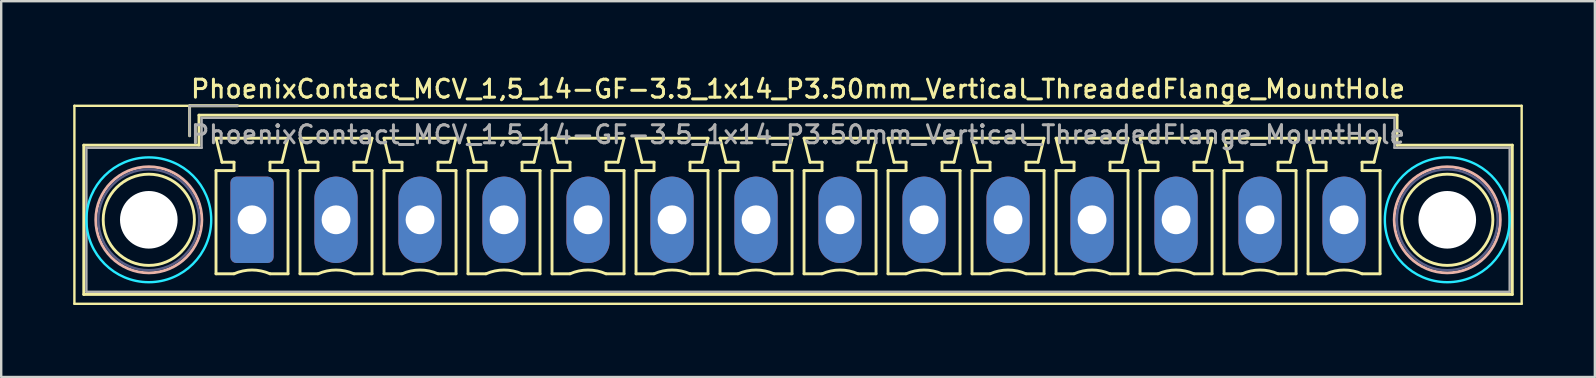
<source format=kicad_pcb>
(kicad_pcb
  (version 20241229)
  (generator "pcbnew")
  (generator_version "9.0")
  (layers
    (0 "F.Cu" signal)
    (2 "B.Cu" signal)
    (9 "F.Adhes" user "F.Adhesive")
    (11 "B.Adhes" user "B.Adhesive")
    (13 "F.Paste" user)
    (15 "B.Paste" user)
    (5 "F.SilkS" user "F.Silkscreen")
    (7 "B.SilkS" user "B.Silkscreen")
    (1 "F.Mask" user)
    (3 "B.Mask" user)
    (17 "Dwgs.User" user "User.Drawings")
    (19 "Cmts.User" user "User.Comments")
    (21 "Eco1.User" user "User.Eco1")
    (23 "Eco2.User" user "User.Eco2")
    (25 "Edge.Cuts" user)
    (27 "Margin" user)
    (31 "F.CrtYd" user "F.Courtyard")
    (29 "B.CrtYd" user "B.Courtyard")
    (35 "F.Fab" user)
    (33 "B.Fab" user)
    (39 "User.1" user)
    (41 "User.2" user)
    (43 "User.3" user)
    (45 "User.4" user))
  (footprint "PhoenixContact_MCV_1,5_14-GF-3.5_1x14_P3.50mm_Vertical_ThreadedFlange_MountHole"
    (layer "F.Cu")
    (at 7.45 6.108)
    (property "Reference" "PhoenixContact_MCV_1,5_14-GF-3.5_1x14_P3.50mm_Vertical_ThreadedFlange_MountHole" (at 22.75 -5.45 0) (layer "F.SilkS") (effects (font (size 0.75 0.75) (thickness 0.125))))
    (attr through_hole)
    (fp_line (start -7.4 -4.75) (end -7.4 3.5) (stroke (width 0.1) (type solid)) (layer "F.SilkS"))
    (fp_line (start -7.4 3.5) (end 52.9 3.5) (stroke (width 0.1) (type solid)) (layer "F.SilkS"))
    (fp_line (start -7.01 -3.11) (end -7.01 3.11) (stroke (width 0.12) (type solid)) (layer "F.SilkS"))
    (fp_line (start -7.01 3.11) (end 52.51 3.11) (stroke (width 0.12) (type solid)) (layer "F.SilkS"))
    (fp_line (start -2.6 -4.75) (end -0.6 -4.75) (stroke (width 0.12) (type solid)) (layer "F.SilkS"))
    (fp_line (start -2.6 -3.5) (end -2.6 -4.75) (stroke (width 0.12) (type solid)) (layer "F.SilkS"))
    (fp_line (start -2.21 -4.36) (end -2.21 -3.11) (stroke (width 0.12) (type solid)) (layer "F.SilkS"))
    (fp_line (start -2.21 -3.11) (end -7.01 -3.11) (stroke (width 0.12) (type solid)) (layer "F.SilkS"))
    (fp_line (start -1.5 -3.4) (end 1.5 -3.4) (stroke (width 0.12) (type solid)) (layer "F.SilkS"))
    (fp_line (start -1.5 -2.05) (end -0.75 -2.05) (stroke (width 0.12) (type solid)) (layer "F.SilkS"))
    (fp_line (start -1.5 2.25) (end -1.5 -2.05) (stroke (width 0.12) (type solid)) (layer "F.SilkS"))
    (fp_line (start -1.25 -2.4) (end -1.5 -3.4) (stroke (width 0.12) (type solid)) (layer "F.SilkS"))
    (fp_line (start -0.75 -2.4) (end -1.25 -2.4) (stroke (width 0.12) (type solid)) (layer "F.SilkS"))
    (fp_line (start -0.75 -2.05) (end -0.75 -2.4) (stroke (width 0.12) (type solid)) (layer "F.SilkS"))
    (fp_line (start -0.75 2.25) (end -1.5 2.25) (stroke (width 0.12) (type solid)) (layer "F.SilkS"))
    (fp_line (start 0.75 -2.4) (end 0.75 -2.05) (stroke (width 0.12) (type solid)) (layer "F.SilkS"))
    (fp_line (start 0.75 -2.05) (end 1.5 -2.05) (stroke (width 0.12) (type solid)) (layer "F.SilkS"))
    (fp_line (start 1.25 -2.4) (end 0.75 -2.4) (stroke (width 0.12) (type solid)) (layer "F.SilkS"))
    (fp_line (start 1.5 -3.4) (end 1.25 -2.4) (stroke (width 0.12) (type solid)) (layer "F.SilkS"))
    (fp_line (start 1.5 -2.05) (end 1.5 2.25) (stroke (width 0.12) (type solid)) (layer "F.SilkS"))
    (fp_line (start 1.5 2.25) (end 0.75 2.25) (stroke (width 0.12) (type solid)) (layer "F.SilkS"))
    (fp_line (start 2 -3.4) (end 5 -3.4) (stroke (width 0.12) (type solid)) (layer "F.SilkS"))
    (fp_line (start 2 -2.05) (end 2.75 -2.05) (stroke (width 0.12) (type solid)) (layer "F.SilkS"))
    (fp_line (start 2 2.25) (end 2 -2.05) (stroke (width 0.12) (type solid)) (layer "F.SilkS"))
    (fp_line (start 2.25 -2.4) (end 2 -3.4) (stroke (width 0.12) (type solid)) (layer "F.SilkS"))
    (fp_line (start 2.75 -2.4) (end 2.25 -2.4) (stroke (width 0.12) (type solid)) (layer "F.SilkS"))
    (fp_line (start 2.75 -2.05) (end 2.75 -2.4) (stroke (width 0.12) (type solid)) (layer "F.SilkS"))
    (fp_line (start 2.75 2.25) (end 2 2.25) (stroke (width 0.12) (type solid)) (layer "F.SilkS"))
    (fp_line (start 4.25 -2.4) (end 4.25 -2.05) (stroke (width 0.12) (type solid)) (layer "F.SilkS"))
    (fp_line (start 4.25 -2.05) (end 5 -2.05) (stroke (width 0.12) (type solid)) (layer "F.SilkS"))
    (fp_line (start 4.75 -2.4) (end 4.25 -2.4) (stroke (width 0.12) (type solid)) (layer "F.SilkS"))
    (fp_line (start 5 -3.4) (end 4.75 -2.4) (stroke (width 0.12) (type solid)) (layer "F.SilkS"))
    (fp_line (start 5 -2.05) (end 5 2.25) (stroke (width 0.12) (type solid)) (layer "F.SilkS"))
    (fp_line (start 5 2.25) (end 4.25 2.25) (stroke (width 0.12) (type solid)) (layer "F.SilkS"))
    (fp_line (start 5.5 -3.4) (end 8.5 -3.4) (stroke (width 0.12) (type solid)) (layer "F.SilkS"))
    (fp_line (start 5.5 -2.05) (end 6.25 -2.05) (stroke (width 0.12) (type solid)) (layer "F.SilkS"))
    (fp_line (start 5.5 2.25) (end 5.5 -2.05) (stroke (width 0.12) (type solid)) (layer "F.SilkS"))
    (fp_line (start 5.75 -2.4) (end 5.5 -3.4) (stroke (width 0.12) (type solid)) (layer "F.SilkS"))
    (fp_line (start 6.25 -2.4) (end 5.75 -2.4) (stroke (width 0.12) (type solid)) (layer "F.SilkS"))
    (fp_line (start 6.25 -2.05) (end 6.25 -2.4) (stroke (width 0.12) (type solid)) (layer "F.SilkS"))
    (fp_line (start 6.25 2.25) (end 5.5 2.25) (stroke (width 0.12) (type solid)) (layer "F.SilkS"))
    (fp_line (start 7.75 -2.4) (end 7.75 -2.05) (stroke (width 0.12) (type solid)) (layer "F.SilkS"))
    (fp_line (start 7.75 -2.05) (end 8.5 -2.05) (stroke (width 0.12) (type solid)) (layer "F.SilkS"))
    (fp_line (start 8.25 -2.4) (end 7.75 -2.4) (stroke (width 0.12) (type solid)) (layer "F.SilkS"))
    (fp_line (start 8.5 -3.4) (end 8.25 -2.4) (stroke (width 0.12) (type solid)) (layer "F.SilkS"))
    (fp_line (start 8.5 -2.05) (end 8.5 2.25) (stroke (width 0.12) (type solid)) (layer "F.SilkS"))
    (fp_line (start 8.5 2.25) (end 7.75 2.25) (stroke (width 0.12) (type solid)) (layer "F.SilkS"))
    (fp_line (start 9 -3.4) (end 12 -3.4) (stroke (width 0.12) (type solid)) (layer "F.SilkS"))
    (fp_line (start 9 -2.05) (end 9.75 -2.05) (stroke (width 0.12) (type solid)) (layer "F.SilkS"))
    (fp_line (start 9 2.25) (end 9 -2.05) (stroke (width 0.12) (type solid)) (layer "F.SilkS"))
    (fp_line (start 9.25 -2.4) (end 9 -3.4) (stroke (width 0.12) (type solid)) (layer "F.SilkS"))
    (fp_line (start 9.75 -2.4) (end 9.25 -2.4) (stroke (width 0.12) (type solid)) (layer "F.SilkS"))
    (fp_line (start 9.75 -2.05) (end 9.75 -2.4) (stroke (width 0.12) (type solid)) (layer "F.SilkS"))
    (fp_line (start 9.75 2.25) (end 9 2.25) (stroke (width 0.12) (type solid)) (layer "F.SilkS"))
    (fp_line (start 11.25 -2.4) (end 11.25 -2.05) (stroke (width 0.12) (type solid)) (layer "F.SilkS"))
    (fp_line (start 11.25 -2.05) (end 12 -2.05) (stroke (width 0.12) (type solid)) (layer "F.SilkS"))
    (fp_line (start 11.75 -2.4) (end 11.25 -2.4) (stroke (width 0.12) (type solid)) (layer "F.SilkS"))
    (fp_line (start 12 -3.4) (end 11.75 -2.4) (stroke (width 0.12) (type solid)) (layer "F.SilkS"))
    (fp_line (start 12 -2.05) (end 12 2.25) (stroke (width 0.12) (type solid)) (layer "F.SilkS"))
    (fp_line (start 12 2.25) (end 11.25 2.25) (stroke (width 0.12) (type solid)) (layer "F.SilkS"))
    (fp_line (start 12.5 -3.4) (end 15.5 -3.4) (stroke (width 0.12) (type solid)) (layer "F.SilkS"))
    (fp_line (start 12.5 -2.05) (end 13.25 -2.05) (stroke (width 0.12) (type solid)) (layer "F.SilkS"))
    (fp_line (start 12.5 2.25) (end 12.5 -2.05) (stroke (width 0.12) (type solid)) (layer "F.SilkS"))
    (fp_line (start 12.75 -2.4) (end 12.5 -3.4) (stroke (width 0.12) (type solid)) (layer "F.SilkS"))
    (fp_line (start 13.25 -2.4) (end 12.75 -2.4) (stroke (width 0.12) (type solid)) (layer "F.SilkS"))
    (fp_line (start 13.25 -2.05) (end 13.25 -2.4) (stroke (width 0.12) (type solid)) (layer "F.SilkS"))
    (fp_line (start 13.25 2.25) (end 12.5 2.25) (stroke (width 0.12) (type solid)) (layer "F.SilkS"))
    (fp_line (start 14.75 -2.4) (end 14.75 -2.05) (stroke (width 0.12) (type solid)) (layer "F.SilkS"))
    (fp_line (start 14.75 -2.05) (end 15.5 -2.05) (stroke (width 0.12) (type solid)) (layer "F.SilkS"))
    (fp_line (start 15.25 -2.4) (end 14.75 -2.4) (stroke (width 0.12) (type solid)) (layer "F.SilkS"))
    (fp_line (start 15.5 -3.4) (end 15.25 -2.4) (stroke (width 0.12) (type solid)) (layer "F.SilkS"))
    (fp_line (start 15.5 -2.05) (end 15.5 2.25) (stroke (width 0.12) (type solid)) (layer "F.SilkS"))
    (fp_line (start 15.5 2.25) (end 14.75 2.25) (stroke (width 0.12) (type solid)) (layer "F.SilkS"))
    (fp_line (start 16 -3.4) (end 19 -3.4) (stroke (width 0.12) (type solid)) (layer "F.SilkS"))
    (fp_line (start 16 -2.05) (end 16.75 -2.05) (stroke (width 0.12) (type solid)) (layer "F.SilkS"))
    (fp_line (start 16 2.25) (end 16 -2.05) (stroke (width 0.12) (type solid)) (layer "F.SilkS"))
    (fp_line (start 16.25 -2.4) (end 16 -3.4) (stroke (width 0.12) (type solid)) (layer "F.SilkS"))
    (fp_line (start 16.75 -2.4) (end 16.25 -2.4) (stroke (width 0.12) (type solid)) (layer "F.SilkS"))
    (fp_line (start 16.75 -2.05) (end 16.75 -2.4) (stroke (width 0.12) (type solid)) (layer "F.SilkS"))
    (fp_line (start 16.75 2.25) (end 16 2.25) (stroke (width 0.12) (type solid)) (layer "F.SilkS"))
    (fp_line (start 18.25 -2.4) (end 18.25 -2.05) (stroke (width 0.12) (type solid)) (layer "F.SilkS"))
    (fp_line (start 18.25 -2.05) (end 19 -2.05) (stroke (width 0.12) (type solid)) (layer "F.SilkS"))
    (fp_line (start 18.75 -2.4) (end 18.25 -2.4) (stroke (width 0.12) (type solid)) (layer "F.SilkS"))
    (fp_line (start 19 -3.4) (end 18.75 -2.4) (stroke (width 0.12) (type solid)) (layer "F.SilkS"))
    (fp_line (start 19 -2.05) (end 19 2.25) (stroke (width 0.12) (type solid)) (layer "F.SilkS"))
    (fp_line (start 19 2.25) (end 18.25 2.25) (stroke (width 0.12) (type solid)) (layer "F.SilkS"))
    (fp_line (start 19.5 -3.4) (end 22.5 -3.4) (stroke (width 0.12) (type solid)) (layer "F.SilkS"))
    (fp_line (start 19.5 -2.05) (end 20.25 -2.05) (stroke (width 0.12) (type solid)) (layer "F.SilkS"))
    (fp_line (start 19.5 2.25) (end 19.5 -2.05) (stroke (width 0.12) (type solid)) (layer "F.SilkS"))
    (fp_line (start 19.75 -2.4) (end 19.5 -3.4) (stroke (width 0.12) (type solid)) (layer "F.SilkS"))
    (fp_line (start 20.25 -2.4) (end 19.75 -2.4) (stroke (width 0.12) (type solid)) (layer "F.SilkS"))
    (fp_line (start 20.25 -2.05) (end 20.25 -2.4) (stroke (width 0.12) (type solid)) (layer "F.SilkS"))
    (fp_line (start 20.25 2.25) (end 19.5 2.25) (stroke (width 0.12) (type solid)) (layer "F.SilkS"))
    (fp_line (start 21.75 -2.4) (end 21.75 -2.05) (stroke (width 0.12) (type solid)) (layer "F.SilkS"))
    (fp_line (start 21.75 -2.05) (end 22.5 -2.05) (stroke (width 0.12) (type solid)) (layer "F.SilkS"))
    (fp_line (start 22.25 -2.4) (end 21.75 -2.4) (stroke (width 0.12) (type solid)) (layer "F.SilkS"))
    (fp_line (start 22.5 -3.4) (end 22.25 -2.4) (stroke (width 0.12) (type solid)) (layer "F.SilkS"))
    (fp_line (start 22.5 -2.05) (end 22.5 2.25) (stroke (width 0.12) (type solid)) (layer "F.SilkS"))
    (fp_line (start 22.5 2.25) (end 21.75 2.25) (stroke (width 0.12) (type solid)) (layer "F.SilkS"))
    (fp_line (start 23 -3.4) (end 26 -3.4) (stroke (width 0.12) (type solid)) (layer "F.SilkS"))
    (fp_line (start 23 -2.05) (end 23.75 -2.05) (stroke (width 0.12) (type solid)) (layer "F.SilkS"))
    (fp_line (start 23 2.25) (end 23 -2.05) (stroke (width 0.12) (type solid)) (layer "F.SilkS"))
    (fp_line (start 23.25 -2.4) (end 23 -3.4) (stroke (width 0.12) (type solid)) (layer "F.SilkS"))
    (fp_line (start 23.75 -2.4) (end 23.25 -2.4) (stroke (width 0.12) (type solid)) (layer "F.SilkS"))
    (fp_line (start 23.75 -2.05) (end 23.75 -2.4) (stroke (width 0.12) (type solid)) (layer "F.SilkS"))
    (fp_line (start 23.75 2.25) (end 23 2.25) (stroke (width 0.12) (type solid)) (layer "F.SilkS"))
    (fp_line (start 25.25 -2.4) (end 25.25 -2.05) (stroke (width 0.12) (type solid)) (layer "F.SilkS"))
    (fp_line (start 25.25 -2.05) (end 26 -2.05) (stroke (width 0.12) (type solid)) (layer "F.SilkS"))
    (fp_line (start 25.75 -2.4) (end 25.25 -2.4) (stroke (width 0.12) (type solid)) (layer "F.SilkS"))
    (fp_line (start 26 -3.4) (end 25.75 -2.4) (stroke (width 0.12) (type solid)) (layer "F.SilkS"))
    (fp_line (start 26 -2.05) (end 26 2.25) (stroke (width 0.12) (type solid)) (layer "F.SilkS"))
    (fp_line (start 26 2.25) (end 25.25 2.25) (stroke (width 0.12) (type solid)) (layer "F.SilkS"))
    (fp_line (start 26.5 -3.4) (end 29.5 -3.4) (stroke (width 0.12) (type solid)) (layer "F.SilkS"))
    (fp_line (start 26.5 -2.05) (end 27.25 -2.05) (stroke (width 0.12) (type solid)) (layer "F.SilkS"))
    (fp_line (start 26.5 2.25) (end 26.5 -2.05) (stroke (width 0.12) (type solid)) (layer "F.SilkS"))
    (fp_line (start 26.75 -2.4) (end 26.5 -3.4) (stroke (width 0.12) (type solid)) (layer "F.SilkS"))
    (fp_line (start 27.25 -2.4) (end 26.75 -2.4) (stroke (width 0.12) (type solid)) (layer "F.SilkS"))
    (fp_line (start 27.25 -2.05) (end 27.25 -2.4) (stroke (width 0.12) (type solid)) (layer "F.SilkS"))
    (fp_line (start 27.25 2.25) (end 26.5 2.25) (stroke (width 0.12) (type solid)) (layer "F.SilkS"))
    (fp_line (start 28.75 -2.4) (end 28.75 -2.05) (stroke (width 0.12) (type solid)) (layer "F.SilkS"))
    (fp_line (start 28.75 -2.05) (end 29.5 -2.05) (stroke (width 0.12) (type solid)) (layer "F.SilkS"))
    (fp_line (start 29.25 -2.4) (end 28.75 -2.4) (stroke (width 0.12) (type solid)) (layer "F.SilkS"))
    (fp_line (start 29.5 -3.4) (end 29.25 -2.4) (stroke (width 0.12) (type solid)) (layer "F.SilkS"))
    (fp_line (start 29.5 -2.05) (end 29.5 2.25) (stroke (width 0.12) (type solid)) (layer "F.SilkS"))
    (fp_line (start 29.5 2.25) (end 28.75 2.25) (stroke (width 0.12) (type solid)) (layer "F.SilkS"))
    (fp_line (start 30 -3.4) (end 33 -3.4) (stroke (width 0.12) (type solid)) (layer "F.SilkS"))
    (fp_line (start 30 -2.05) (end 30.75 -2.05) (stroke (width 0.12) (type solid)) (layer "F.SilkS"))
    (fp_line (start 30 2.25) (end 30 -2.05) (stroke (width 0.12) (type solid)) (layer "F.SilkS"))
    (fp_line (start 30.25 -2.4) (end 30 -3.4) (stroke (width 0.12) (type solid)) (layer "F.SilkS"))
    (fp_line (start 30.75 -2.4) (end 30.25 -2.4) (stroke (width 0.12) (type solid)) (layer "F.SilkS"))
    (fp_line (start 30.75 -2.05) (end 30.75 -2.4) (stroke (width 0.12) (type solid)) (layer "F.SilkS"))
    (fp_line (start 30.75 2.25) (end 30 2.25) (stroke (width 0.12) (type solid)) (layer "F.SilkS"))
    (fp_line (start 32.25 -2.4) (end 32.25 -2.05) (stroke (width 0.12) (type solid)) (layer "F.SilkS"))
    (fp_line (start 32.25 -2.05) (end 33 -2.05) (stroke (width 0.12) (type solid)) (layer "F.SilkS"))
    (fp_line (start 32.75 -2.4) (end 32.25 -2.4) (stroke (width 0.12) (type solid)) (layer "F.SilkS"))
    (fp_line (start 33 -3.4) (end 32.75 -2.4) (stroke (width 0.12) (type solid)) (layer "F.SilkS"))
    (fp_line (start 33 -2.05) (end 33 2.25) (stroke (width 0.12) (type solid)) (layer "F.SilkS"))
    (fp_line (start 33 2.25) (end 32.25 2.25) (stroke (width 0.12) (type solid)) (layer "F.SilkS"))
    (fp_line (start 33.5 -3.4) (end 36.5 -3.4) (stroke (width 0.12) (type solid)) (layer "F.SilkS"))
    (fp_line (start 33.5 -2.05) (end 34.25 -2.05) (stroke (width 0.12) (type solid)) (layer "F.SilkS"))
    (fp_line (start 33.5 2.25) (end 33.5 -2.05) (stroke (width 0.12) (type solid)) (layer "F.SilkS"))
    (fp_line (start 33.75 -2.4) (end 33.5 -3.4) (stroke (width 0.12) (type solid)) (layer "F.SilkS"))
    (fp_line (start 34.25 -2.4) (end 33.75 -2.4) (stroke (width 0.12) (type solid)) (layer "F.SilkS"))
    (fp_line (start 34.25 -2.05) (end 34.25 -2.4) (stroke (width 0.12) (type solid)) (layer "F.SilkS"))
    (fp_line (start 34.25 2.25) (end 33.5 2.25) (stroke (width 0.12) (type solid)) (layer "F.SilkS"))
    (fp_line (start 35.75 -2.4) (end 35.75 -2.05) (stroke (width 0.12) (type solid)) (layer "F.SilkS"))
    (fp_line (start 35.75 -2.05) (end 36.5 -2.05) (stroke (width 0.12) (type solid)) (layer "F.SilkS"))
    (fp_line (start 36.25 -2.4) (end 35.75 -2.4) (stroke (width 0.12) (type solid)) (layer "F.SilkS"))
    (fp_line (start 36.5 -3.4) (end 36.25 -2.4) (stroke (width 0.12) (type solid)) (layer "F.SilkS"))
    (fp_line (start 36.5 -2.05) (end 36.5 2.25) (stroke (width 0.12) (type solid)) (layer "F.SilkS"))
    (fp_line (start 36.5 2.25) (end 35.75 2.25) (stroke (width 0.12) (type solid)) (layer "F.SilkS"))
    (fp_line (start 37 -3.4) (end 40 -3.4) (stroke (width 0.12) (type solid)) (layer "F.SilkS"))
    (fp_line (start 37 -2.05) (end 37.75 -2.05) (stroke (width 0.12) (type solid)) (layer "F.SilkS"))
    (fp_line (start 37 2.25) (end 37 -2.05) (stroke (width 0.12) (type solid)) (layer "F.SilkS"))
    (fp_line (start 37.25 -2.4) (end 37 -3.4) (stroke (width 0.12) (type solid)) (layer "F.SilkS"))
    (fp_line (start 37.75 -2.4) (end 37.25 -2.4) (stroke (width 0.12) (type solid)) (layer "F.SilkS"))
    (fp_line (start 37.75 -2.05) (end 37.75 -2.4) (stroke (width 0.12) (type solid)) (layer "F.SilkS"))
    (fp_line (start 37.75 2.25) (end 37 2.25) (stroke (width 0.12) (type solid)) (layer "F.SilkS"))
    (fp_line (start 39.25 -2.4) (end 39.25 -2.05) (stroke (width 0.12) (type solid)) (layer "F.SilkS"))
    (fp_line (start 39.25 -2.05) (end 40 -2.05) (stroke (width 0.12) (type solid)) (layer "F.SilkS"))
    (fp_line (start 39.75 -2.4) (end 39.25 -2.4) (stroke (width 0.12) (type solid)) (layer "F.SilkS"))
    (fp_line (start 40 -3.4) (end 39.75 -2.4) (stroke (width 0.12) (type solid)) (layer "F.SilkS"))
    (fp_line (start 40 -2.05) (end 40 2.25) (stroke (width 0.12) (type solid)) (layer "F.SilkS"))
    (fp_line (start 40 2.25) (end 39.25 2.25) (stroke (width 0.12) (type solid)) (layer "F.SilkS"))
    (fp_line (start 40.5 -3.4) (end 43.5 -3.4) (stroke (width 0.12) (type solid)) (layer "F.SilkS"))
    (fp_line (start 40.5 -2.05) (end 41.25 -2.05) (stroke (width 0.12) (type solid)) (layer "F.SilkS"))
    (fp_line (start 40.5 2.25) (end 40.5 -2.05) (stroke (width 0.12) (type solid)) (layer "F.SilkS"))
    (fp_line (start 40.75 -2.4) (end 40.5 -3.4) (stroke (width 0.12) (type solid)) (layer "F.SilkS"))
    (fp_line (start 41.25 -2.4) (end 40.75 -2.4) (stroke (width 0.12) (type solid)) (layer "F.SilkS"))
    (fp_line (start 41.25 -2.05) (end 41.25 -2.4) (stroke (width 0.12) (type solid)) (layer "F.SilkS"))
    (fp_line (start 41.25 2.25) (end 40.5 2.25) (stroke (width 0.12) (type solid)) (layer "F.SilkS"))
    (fp_line (start 42.75 -2.4) (end 42.75 -2.05) (stroke (width 0.12) (type solid)) (layer "F.SilkS"))
    (fp_line (start 42.75 -2.05) (end 43.5 -2.05) (stroke (width 0.12) (type solid)) (layer "F.SilkS"))
    (fp_line (start 43.25 -2.4) (end 42.75 -2.4) (stroke (width 0.12) (type solid)) (layer "F.SilkS"))
    (fp_line (start 43.5 -3.4) (end 43.25 -2.4) (stroke (width 0.12) (type solid)) (layer "F.SilkS"))
    (fp_line (start 43.5 -2.05) (end 43.5 2.25) (stroke (width 0.12) (type solid)) (layer "F.SilkS"))
    (fp_line (start 43.5 2.25) (end 42.75 2.25) (stroke (width 0.12) (type solid)) (layer "F.SilkS"))
    (fp_line (start 44 -3.4) (end 47 -3.4) (stroke (width 0.12) (type solid)) (layer "F.SilkS"))
    (fp_line (start 44 -2.05) (end 44.75 -2.05) (stroke (width 0.12) (type solid)) (layer "F.SilkS"))
    (fp_line (start 44 2.25) (end 44 -2.05) (stroke (width 0.12) (type solid)) (layer "F.SilkS"))
    (fp_line (start 44.25 -2.4) (end 44 -3.4) (stroke (width 0.12) (type solid)) (layer "F.SilkS"))
    (fp_line (start 44.75 -2.4) (end 44.25 -2.4) (stroke (width 0.12) (type solid)) (layer "F.SilkS"))
    (fp_line (start 44.75 -2.05) (end 44.75 -2.4) (stroke (width 0.12) (type solid)) (layer "F.SilkS"))
    (fp_line (start 44.75 2.25) (end 44 2.25) (stroke (width 0.12) (type solid)) (layer "F.SilkS"))
    (fp_line (start 46.25 -2.4) (end 46.25 -2.05) (stroke (width 0.12) (type solid)) (layer "F.SilkS"))
    (fp_line (start 46.25 -2.05) (end 47 -2.05) (stroke (width 0.12) (type solid)) (layer "F.SilkS"))
    (fp_line (start 46.75 -2.4) (end 46.25 -2.4) (stroke (width 0.12) (type solid)) (layer "F.SilkS"))
    (fp_line (start 47 -3.4) (end 46.75 -2.4) (stroke (width 0.12) (type solid)) (layer "F.SilkS"))
    (fp_line (start 47 -2.05) (end 47 2.25) (stroke (width 0.12) (type solid)) (layer "F.SilkS"))
    (fp_line (start 47 2.25) (end 46.25 2.25) (stroke (width 0.12) (type solid)) (layer "F.SilkS"))
    (fp_line (start 47.71 -4.36) (end -2.21 -4.36) (stroke (width 0.12) (type solid)) (layer "F.SilkS"))
    (fp_line (start 47.71 -3.11) (end 47.71 -4.36) (stroke (width 0.12) (type solid)) (layer "F.SilkS"))
    (fp_line (start 52.51 -3.11) (end 47.71 -3.11) (stroke (width 0.12) (type solid)) (layer "F.SilkS"))
    (fp_line (start 52.51 3.11) (end 52.51 -3.11) (stroke (width 0.12) (type solid)) (layer "F.SilkS"))
    (fp_line (start 52.9 -4.75) (end -7.4 -4.75) (stroke (width 0.1) (type solid)) (layer "F.SilkS"))
    (fp_line (start 52.9 3.5) (end 52.9 -4.75) (stroke (width 0.1) (type solid)) (layer "F.SilkS"))
    (fp_arc (start -0.75 2.25) (mid -0.000193 2.09191) (end 0.749647 2.249844) (stroke (width 0.12) (type solid)) (layer "F.SilkS"))
    (fp_arc (start 2.75 2.25) (mid 3.499807 2.09191) (end 4.249647 2.249844) (stroke (width 0.12) (type solid)) (layer "F.SilkS"))
    (fp_arc (start 6.25 2.25) (mid 6.999807 2.09191) (end 7.749647 2.249844) (stroke (width 0.12) (type solid)) (layer "F.SilkS"))
    (fp_arc (start 9.75 2.25) (mid 10.499807 2.09191) (end 11.249647 2.249844) (stroke (width 0.12) (type solid)) (layer "F.SilkS"))
    (fp_arc (start 13.25 2.25) (mid 13.999807 2.09191) (end 14.749647 2.249844) (stroke (width 0.12) (type solid)) (layer "F.SilkS"))
    (fp_arc (start 16.75 2.25) (mid 17.499807 2.09191) (end 18.249647 2.249844) (stroke (width 0.12) (type solid)) (layer "F.SilkS"))
    (fp_arc (start 20.25 2.25) (mid 20.999807 2.09191) (end 21.749647 2.249844) (stroke (width 0.12) (type solid)) (layer "F.SilkS"))
    (fp_arc (start 23.75 2.25) (mid 24.499807 2.09191) (end 25.249647 2.249844) (stroke (width 0.12) (type solid)) (layer "F.SilkS"))
    (fp_arc (start 27.25 2.25) (mid 27.999807 2.09191) (end 28.749647 2.249844) (stroke (width 0.12) (type solid)) (layer "F.SilkS"))
    (fp_arc (start 30.75 2.25) (mid 31.499807 2.09191) (end 32.249647 2.249844) (stroke (width 0.12) (type solid)) (layer "F.SilkS"))
    (fp_arc (start 34.25 2.25) (mid 34.999807 2.09191) (end 35.749647 2.249844) (stroke (width 0.12) (type solid)) (layer "F.SilkS"))
    (fp_arc (start 37.75 2.25) (mid 38.499807 2.09191) (end 39.249647 2.249844) (stroke (width 0.12) (type solid)) (layer "F.SilkS"))
    (fp_arc (start 41.25 2.25) (mid 41.999807 2.09191) (end 42.749647 2.249844) (stroke (width 0.12) (type solid)) (layer "F.SilkS"))
    (fp_arc (start 44.75 2.25) (mid 45.499807 2.09191) (end 46.249647 2.249844) (stroke (width 0.12) (type solid)) (layer "F.SilkS"))
    (fp_circle (center -4.3 0) (end -2.4 0) (stroke (width 0.12) (type solid)) (fill no) (layer "F.SilkS"))
    (fp_circle (center 49.8 0) (end 51.7 0) (stroke (width 0.12) (type solid)) (fill no) (layer "F.SilkS"))
    (fp_circle (center -4.3 0) (end -2.09 0) (stroke (width 0.12) (type solid)) (fill no) (layer "B.SilkS"))
    (fp_circle (center 49.8 0) (end 52.01 0) (stroke (width 0.12) (type solid)) (fill no) (layer "B.SilkS"))
    (fp_circle (center -4.3 0) (end -1.7 0) (stroke (width 0.1) (type solid)) (fill no) (layer "B.CrtYd"))
    (fp_circle (center 49.8 0) (end 52.4 0) (stroke (width 0.1) (type solid)) (fill no) (layer "B.CrtYd"))
    (fp_circle (center -4.3 0) (end -2.2 0) (stroke (width 0.1) (type solid)) (fill no) (layer "B.Fab"))
    (fp_circle (center 49.8 0) (end 51.9 0) (stroke (width 0.1) (type solid)) (fill no) (layer "B.Fab"))
    (fp_line (start -6.9 -3) (end -6.9 3) (stroke (width 0.1) (type solid)) (layer "F.Fab"))
    (fp_line (start -6.9 3) (end 52.4 3) (stroke (width 0.1) (type solid)) (layer "F.Fab"))
    (fp_line (start -2.6 -4.75) (end -0.6 -4.75) (stroke (width 0.1) (type solid)) (layer "F.Fab"))
    (fp_line (start -2.6 -3.5) (end -2.6 -4.75) (stroke (width 0.1) (type solid)) (layer "F.Fab"))
    (fp_line (start -2.1 -4.25) (end -2.1 -3) (stroke (width 0.1) (type solid)) (layer "F.Fab"))
    (fp_line (start -2.1 -3) (end -6.9 -3) (stroke (width 0.1) (type solid)) (layer "F.Fab"))
    (fp_line (start 47.6 -4.25) (end -2.1 -4.25) (stroke (width 0.1) (type solid)) (layer "F.Fab"))
    (fp_line (start 47.6 -3) (end 47.6 -4.25) (stroke (width 0.1) (type solid)) (layer "F.Fab"))
    (fp_line (start 52.4 -3) (end 47.6 -3) (stroke (width 0.1) (type solid)) (layer "F.Fab"))
    (fp_line (start 52.4 3) (end 52.4 -3) (stroke (width 0.1) (type solid)) (layer "F.Fab"))
    (fp_text user "${REFERENCE}" (at 22.75 -3.55 0) (layer "F.Fab") (effects (font (size 0.75 0.75) (thickness 0.125))))
    (pad "" np_thru_hole circle (at -4.3 0) (size 2.4 2.4) (drill 2.4) (layers "*.Cu" "*.Mask"))
    (pad "" np_thru_hole circle (at 49.8 0) (size 2.4 2.4) (drill 2.4) (layers "*.Cu" "*.Mask"))
    (pad "1" thru_hole roundrect (at 0 0) (size 1.8 3.6) (drill 1.2) (layers "*.Cu" "*.Mask") (roundrect_rratio 0.139))
    (pad "2" thru_hole oval (at 3.5 0) (size 1.8 3.6) (drill 1.2) (layers "*.Cu" "*.Mask"))
    (pad "3" thru_hole oval (at 7 0) (size 1.8 3.6) (drill 1.2) (layers "*.Cu" "*.Mask"))
    (pad "4" thru_hole oval (at 10.5 0) (size 1.8 3.6) (drill 1.2) (layers "*.Cu" "*.Mask"))
    (pad "5" thru_hole oval (at 14 0) (size 1.8 3.6) (drill 1.2) (layers "*.Cu" "*.Mask"))
    (pad "6" thru_hole oval (at 17.5 0) (size 1.8 3.6) (drill 1.2) (layers "*.Cu" "*.Mask"))
    (pad "7" thru_hole oval (at 21 0) (size 1.8 3.6) (drill 1.2) (layers "*.Cu" "*.Mask"))
    (pad "8" thru_hole oval (at 24.5 0) (size 1.8 3.6) (drill 1.2) (layers "*.Cu" "*.Mask"))
    (pad "9" thru_hole oval (at 28 0) (size 1.8 3.6) (drill 1.2) (layers "*.Cu" "*.Mask"))
    (pad "10" thru_hole oval (at 31.5 0) (size 1.8 3.6) (drill 1.2) (layers "*.Cu" "*.Mask"))
    (pad "11" thru_hole oval (at 35 0) (size 1.8 3.6) (drill 1.2) (layers "*.Cu" "*.Mask"))
    (pad "12" thru_hole oval (at 38.5 0) (size 1.8 3.6) (drill 1.2) (layers "*.Cu" "*.Mask"))
    (pad "13" thru_hole oval (at 42 0) (size 1.8 3.6) (drill 1.2) (layers "*.Cu" "*.Mask"))
    (pad "14" thru_hole oval (at 45.5 0) (size 1.8 3.6) (drill 1.2) (layers "*.Cu" "*.Mask")))
  (gr_rect
    (start -3 -3)
    (end 63.4 12.658)
    (stroke (width 0.1) (type default))
    (fill no)
    (layer "Edge.Cuts")))
</source>
